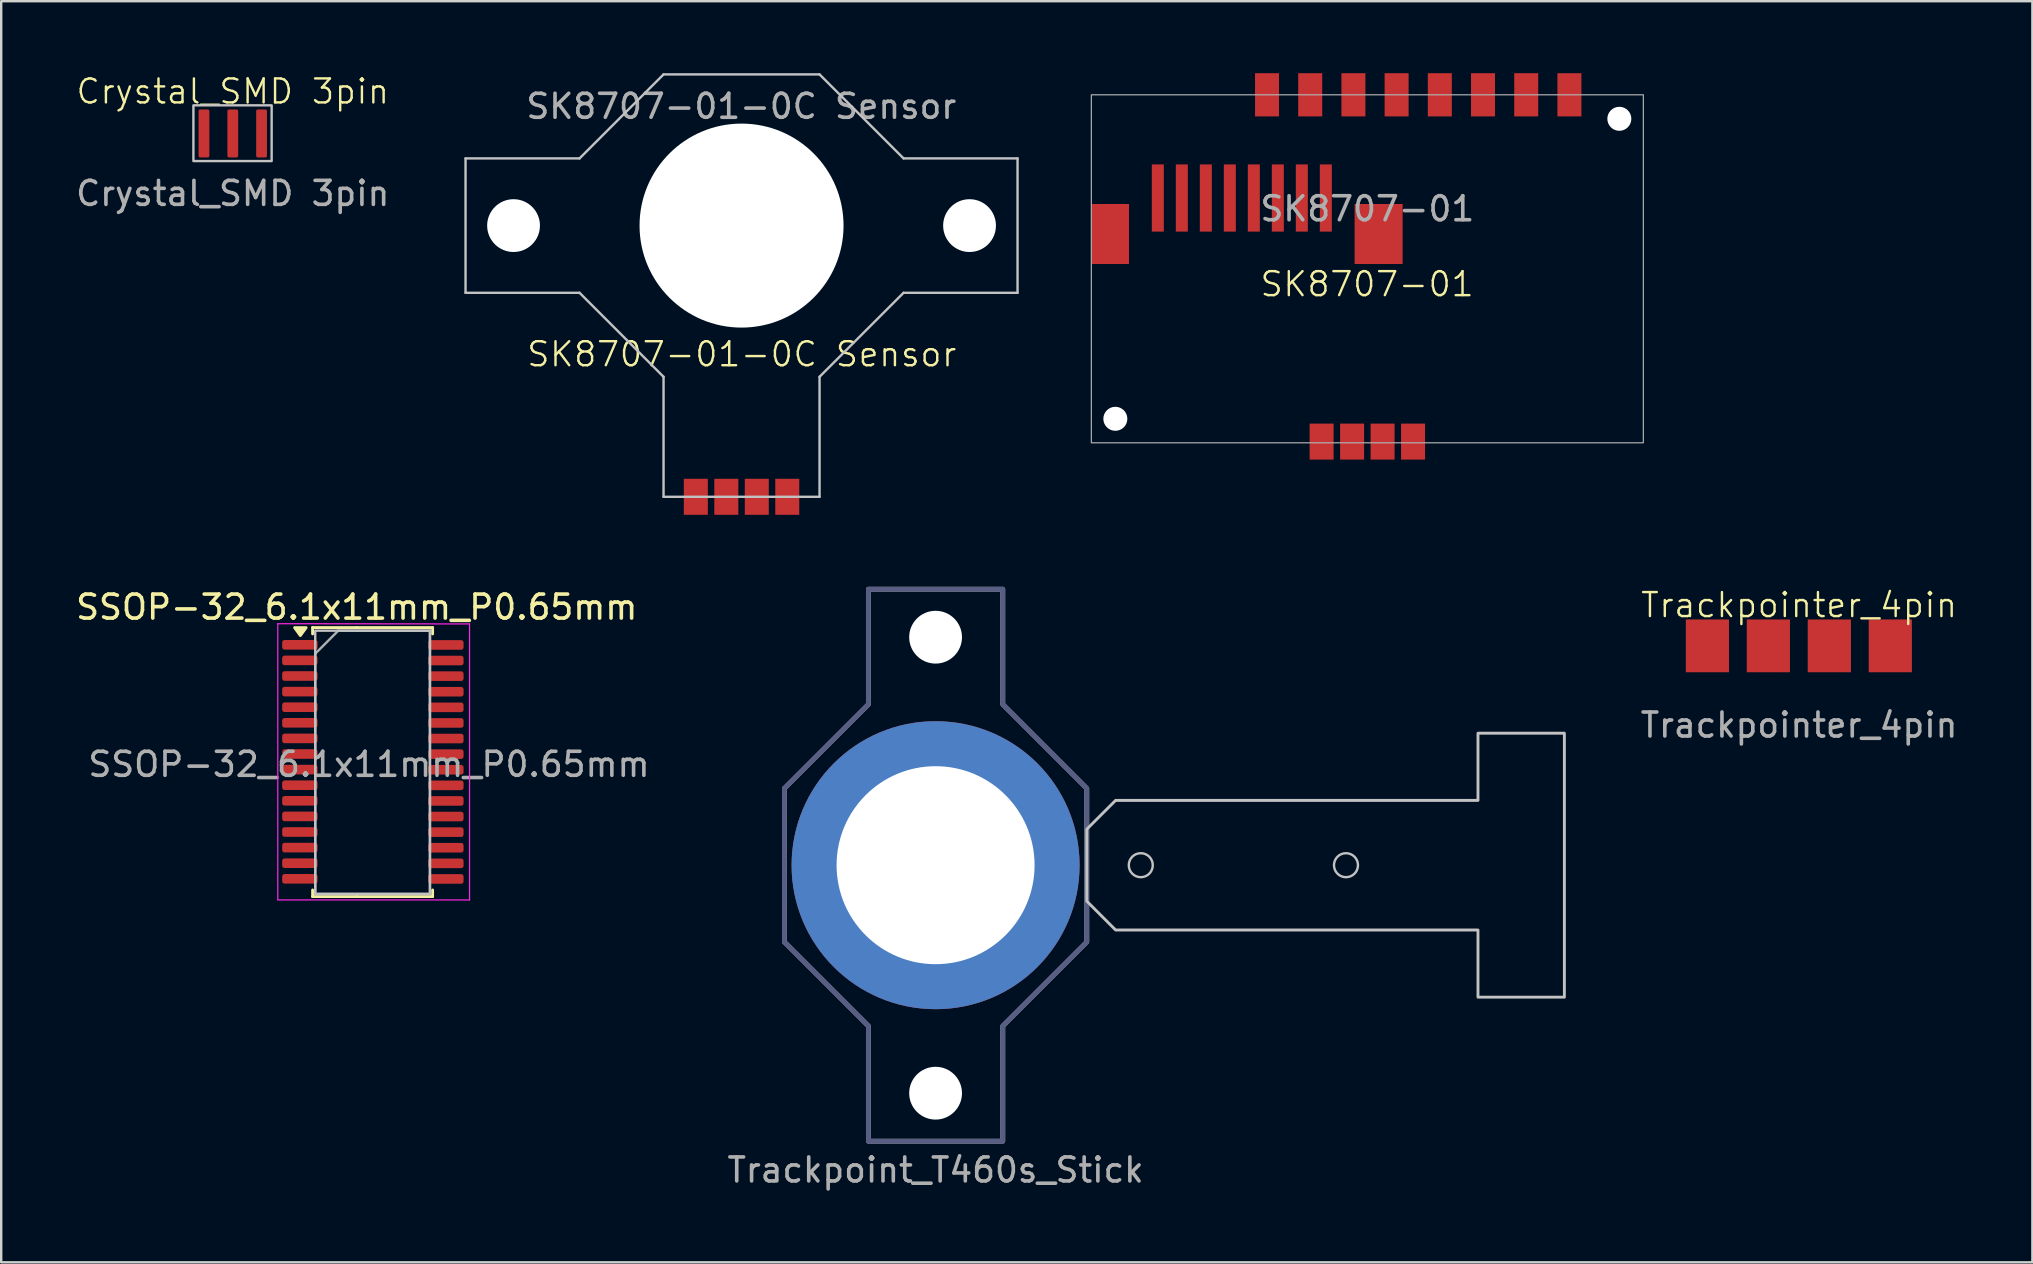
<source format=kicad_pcb>
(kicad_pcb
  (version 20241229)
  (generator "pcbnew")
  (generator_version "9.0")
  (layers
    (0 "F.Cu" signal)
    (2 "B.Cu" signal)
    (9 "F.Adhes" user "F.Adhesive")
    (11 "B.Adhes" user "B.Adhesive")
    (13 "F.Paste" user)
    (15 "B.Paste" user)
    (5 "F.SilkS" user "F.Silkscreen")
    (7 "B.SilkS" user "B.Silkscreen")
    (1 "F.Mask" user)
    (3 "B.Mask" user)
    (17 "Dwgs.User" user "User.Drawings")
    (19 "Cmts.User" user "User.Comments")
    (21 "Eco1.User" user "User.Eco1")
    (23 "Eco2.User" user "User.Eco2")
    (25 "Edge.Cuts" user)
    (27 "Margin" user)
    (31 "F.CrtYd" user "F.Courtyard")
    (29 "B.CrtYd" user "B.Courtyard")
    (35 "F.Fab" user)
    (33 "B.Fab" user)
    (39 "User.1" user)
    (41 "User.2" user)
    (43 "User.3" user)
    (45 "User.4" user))
  (footprint "SSOP-32_6.1x11mm_P0.65mm"
    (layer "F.Cu")
    (at 12.475 28.713)
    (property "Reference" "SSOP-32_6.1x11mm_P0.65mm" (at -0.66 -6.465 180) (layer "F.SilkS") (effects (font (size 1 1) (thickness 0.15))))
    (attr smd)
    (fp_line (start -2.5 -5.615) (end -2.5 -5.35) (stroke (width 0.12) (type solid)) (layer "F.SilkS"))
    (fp_line (start -2.5 5.595) (end -2.5 5.32) (stroke (width 0.12) (type solid)) (layer "F.SilkS"))
    (fp_line (start -0.66 -5.615) (end 2.5 -5.615) (stroke (width 0.12) (type solid)) (layer "F.SilkS"))
    (fp_line (start -0.66 -5.615) (end -2.5 -5.615) (stroke (width 0.12) (type solid)) (layer "F.SilkS"))
    (fp_line (start -0.66 5.595) (end -2.5 5.595) (stroke (width 0.12) (type solid)) (layer "F.SilkS"))
    (fp_line (start -0.66 5.595) (end 2.5 5.595) (stroke (width 0.12) (type solid)) (layer "F.SilkS"))
    (fp_line (start 2.5 -5.615) (end 2.5 -5.35) (stroke (width 0.12) (type solid)) (layer "F.SilkS"))
    (fp_line (start 2.5 5.595) (end 2.5 5.32) (stroke (width 0.12) (type solid)) (layer "F.SilkS"))
    (fp_poly (pts (xy -3.01 -5.281) (xy -3.25 -5.611) (xy -2.77 -5.611) (xy -3.01 -5.281)) (stroke (width 0.12) (type solid)) (fill yes) (layer "F.SilkS"))
    (fp_rect (start -2.39 -5.485) (end 2.39 5.485) (stroke (width 0.1) (type default)) (fill no) (layer "Dwgs.User"))
    (fp_line (start -3.95 5.735) (end 4.04 5.735) (stroke (width 0.05) (type solid)) (layer "F.CrtYd"))
    (fp_line (start -3.95 -5.775) (end -3.95 5.725) (stroke (width 0.05) (type solid)) (layer "F.CrtYd"))
    (fp_line (start 4.04 5.735) (end 4.04 -5.765) (stroke (width 0.05) (type solid)) (layer "F.CrtYd"))
    (fp_line (start 4.04 -5.765) (end -3.95 -5.775) (stroke (width 0.05) (type solid)) (layer "F.CrtYd"))
    (fp_line (start -2.39 -4.526) (end -1.43 -5.486) (stroke (width 0.1) (type solid)) (layer "F.Fab"))
    (fp_line (start -2.39 5.485) (end -2.39 -4.526) (stroke (width 0.1) (type solid)) (layer "F.Fab"))
    (fp_line (start -1.43 -5.486) (end 2.39 -5.486) (stroke (width 0.1) (type solid)) (layer "F.Fab"))
    (fp_line (start 2.39 5.485) (end -2.39 5.485) (stroke (width 0.1) (type solid)) (layer "F.Fab"))
    (fp_line (start 2.39 -5.486) (end 2.39 5.485) (stroke (width 0.1) (type solid)) (layer "F.Fab"))
    (fp_text user "${REFERENCE}" (at -0.15 0.085 180) (layer "F.Fab") (effects (font (size 1 1) (thickness 0.15))))
    (pad "1" smd roundrect (at -3.03 -4.895) (size 1.475 0.4) (layers "F.Cu" "F.Mask" "F.Paste") (roundrect_rratio 0.25))
    (pad "2" smd roundrect (at -3.03 -4.245) (size 1.475 0.4) (layers "F.Cu" "F.Mask" "F.Paste") (roundrect_rratio 0.25))
    (pad "3" smd roundrect (at -3.03 -3.595) (size 1.475 0.4) (layers "F.Cu" "F.Mask" "F.Paste") (roundrect_rratio 0.25))
    (pad "4" smd roundrect (at -3.03 -2.945) (size 1.475 0.4) (layers "F.Cu" "F.Mask" "F.Paste") (roundrect_rratio 0.25))
    (pad "5" smd roundrect (at -3.03 -2.295) (size 1.475 0.4) (layers "F.Cu" "F.Mask" "F.Paste") (roundrect_rratio 0.25))
    (pad "6" smd roundrect (at -3.03 -1.645) (size 1.475 0.4) (layers "F.Cu" "F.Mask" "F.Paste") (roundrect_rratio 0.25))
    (pad "7" smd roundrect (at -3.03 -0.995) (size 1.475 0.4) (layers "F.Cu" "F.Mask" "F.Paste") (roundrect_rratio 0.25))
    (pad "8" smd roundrect (at -3.03 -0.345) (size 1.475 0.4) (layers "F.Cu" "F.Mask" "F.Paste") (roundrect_rratio 0.25))
    (pad "9" smd roundrect (at -3.03 0.305) (size 1.475 0.4) (layers "F.Cu" "F.Mask" "F.Paste") (roundrect_rratio 0.25))
    (pad "10" smd roundrect (at -3.03 0.955) (size 1.475 0.4) (layers "F.Cu" "F.Mask" "F.Paste") (roundrect_rratio 0.25))
    (pad "11" smd roundrect (at -3.03 1.605) (size 1.475 0.4) (layers "F.Cu" "F.Mask" "F.Paste") (roundrect_rratio 0.25))
    (pad "12" smd roundrect (at -3.03 2.255) (size 1.475 0.4) (layers "F.Cu" "F.Mask" "F.Paste") (roundrect_rratio 0.25))
    (pad "13" smd roundrect (at -3.03 2.905) (size 1.475 0.4) (layers "F.Cu" "F.Mask" "F.Paste") (roundrect_rratio 0.25))
    (pad "14" smd roundrect (at -3.03 3.555) (size 1.475 0.4) (layers "F.Cu" "F.Mask" "F.Paste") (roundrect_rratio 0.25))
    (pad "15" smd roundrect (at -3.03 4.205) (size 1.475 0.4) (layers "F.Cu" "F.Mask" "F.Paste") (roundrect_rratio 0.25))
    (pad "16" smd roundrect (at -3.03 4.855) (size 1.475 0.4) (layers "F.Cu" "F.Mask" "F.Paste") (roundrect_rratio 0.25))
    (pad "17" smd roundrect (at 3.053 4.86) (size 1.475 0.4) (layers "F.Cu" "F.Mask" "F.Paste") (roundrect_rratio 0.25))
    (pad "18" smd roundrect (at 3.053 4.21) (size 1.475 0.4) (layers "F.Cu" "F.Mask" "F.Paste") (roundrect_rratio 0.25))
    (pad "19" smd roundrect (at 3.053 3.56) (size 1.475 0.4) (layers "F.Cu" "F.Mask" "F.Paste") (roundrect_rratio 0.25))
    (pad "20" smd roundrect (at 3.053 2.91) (size 1.475 0.4) (layers "F.Cu" "F.Mask" "F.Paste") (roundrect_rratio 0.25))
    (pad "21" smd roundrect (at 3.053 2.26) (size 1.475 0.4) (layers "F.Cu" "F.Mask" "F.Paste") (roundrect_rratio 0.25))
    (pad "22" smd roundrect (at 3.053 1.61) (size 1.475 0.4) (layers "F.Cu" "F.Mask" "F.Paste") (roundrect_rratio 0.25))
    (pad "23" smd roundrect (at 3.053 0.96) (size 1.475 0.4) (layers "F.Cu" "F.Mask" "F.Paste") (roundrect_rratio 0.25))
    (pad "24" smd roundrect (at 3.053 0.31) (size 1.475 0.4) (layers "F.Cu" "F.Mask" "F.Paste") (roundrect_rratio 0.25))
    (pad "25" smd roundrect (at 3.053 -0.34) (size 1.475 0.4) (layers "F.Cu" "F.Mask" "F.Paste") (roundrect_rratio 0.25))
    (pad "26" smd roundrect (at 3.053 -0.99) (size 1.475 0.4) (layers "F.Cu" "F.Mask" "F.Paste") (roundrect_rratio 0.25))
    (pad "27" smd roundrect (at 3.053 -1.64) (size 1.475 0.4) (layers "F.Cu" "F.Mask" "F.Paste") (roundrect_rratio 0.25))
    (pad "28" smd roundrect (at 3.053 -2.29) (size 1.475 0.4) (layers "F.Cu" "F.Mask" "F.Paste") (roundrect_rratio 0.25))
    (pad "29" smd roundrect (at 3.053 -2.94) (size 1.475 0.4) (layers "F.Cu" "F.Mask" "F.Paste") (roundrect_rratio 0.25))
    (pad "30" smd roundrect (at 3.053 -3.59) (size 1.475 0.4) (layers "F.Cu" "F.Mask" "F.Paste") (roundrect_rratio 0.25))
    (pad "31" smd roundrect (at 3.053 -4.24) (size 1.475 0.4) (layers "F.Cu" "F.Mask" "F.Paste") (roundrect_rratio 0.25))
    (pad "32" smd roundrect (at 3.053 -4.89) (size 1.475 0.4) (layers "F.Cu" "F.Mask" "F.Paste") (roundrect_rratio 0.25)))
  (footprint "Trackpoint_T460s_Stick"
    (layer "F.Cu")
    (at 35.933 33)
    (property "Reference" "Trackpoint_T460s_Stick" (at 0 12.7 0) (layer "F.Fab") (effects (font (size 1 1) (thickness 0.15))))
    (attr through_hole)
    (fp_circle (center 8.55 0) (end 9.05 0) (stroke (width 0.1) (type solid)) (fill no) (layer "Dwgs.User"))
    (fp_circle (center 17.1 0) (end 17.6 0) (stroke (width 0.1) (type solid)) (fill no) (layer "Dwgs.User"))
    (fp_poly (pts (xy 7.5 -2.7) (xy 6.3 -1.5) (xy 6.3 1.5) (xy 7.5 2.7) (xy 22.6 2.7) (xy 22.6 5.5) (xy 26.2 5.5) (xy 26.2 -5.5) (xy 22.6 -5.5) (xy 22.6 -2.7)) (stroke (width 0.12) (type solid)) (fill no) (layer "Dwgs.User"))
    (fp_poly (pts (xy -6.3 -3.2) (xy -6.3 3.2) (xy -2.8 6.7) (xy -2.8 11.5) (xy 2.8 11.5) (xy 2.8 6.7) (xy 6.3 3.2) (xy 6.3 -3.2) (xy 2.8 -6.7) (xy 2.8 -11.5) (xy -2.8 -11.5) (xy -2.8 -6.7)) (stroke (width 0.2) (type solid)) (fill no) (layer "B.Fab"))
    (fp_poly (pts (xy 2.8 -6.7) (xy 6.3 -3.2) (xy 6.3 3.2) (xy 2.8 6.7) (xy 2.8 11.5) (xy -2.8 11.5) (xy -2.8 6.7) (xy -6.3 3.2) (xy -6.3 -3.2) (xy -2.8 -6.7) (xy -2.8 -11.5) (xy 2.8 -11.5)) (stroke (width 0.2) (type solid)) (fill no) (layer "F.Fab"))
    (pad "" np_thru_hole circle (at 0 -9.5 180) (size 2.2 2.2) (drill 2.2) (layers "*.Cu" "*.Mask"))
    (pad "" thru_hole circle (at 0 0 180) (size 12 12) (drill 8.25) (layers "*.Cu" "*.Mask"))
    (pad "" np_thru_hole circle (at 0 9.5 180) (size 2.2 2.2) (drill 2.2) (layers "*.Cu" "*.Mask")))
  (footprint "Crystal_SMD 3pin"
    (layer "F.Cu")
    (at 6.649 2.51)
    (property "Reference" "Crystal_SMD 3pin" (at 0 -1.75 0) (unlocked yes) (layer "F.SilkS") (effects (font (size 1 1) (thickness 0.1))))
    (attr smd)
    (fp_rect (start -1.64 -1.17) (end 1.62 1.15) (stroke (width 0.1) (type default)) (fill no) (layer "Dwgs.User"))
    (fp_text user "${REFERENCE}" (at 0 2.5 0) (unlocked yes) (layer "F.Fab") (effects (font (size 1 1) (thickness 0.15))))
    (pad "1" smd roundrect (at -1.2 0) (size 0.45 2) (layers "F.Cu" "F.Mask" "F.Paste") (roundrect_rratio 0.15))
    (pad "2" smd roundrect (at 0 0) (size 0.45 2) (layers "F.Cu" "F.Mask" "F.Paste") (roundrect_rratio 0.15))
    (pad "3" smd roundrect (at 1.2 0) (size 0.45 2) (layers "F.Cu" "F.Mask" "F.Paste") (roundrect_rratio 0.15)))
  (footprint "Trackpointer_4pin"
    (layer "F.Cu")
    (at 71.913 23.861)
    (property "Reference" "Trackpointer_4pin" (at 0 -1.7 0) (unlocked yes) (layer "F.SilkS") (effects (font (size 1 1) (thickness 0.1))))
    (attr smd)
    (fp_text user "${REFERENCE}" (at 0.000002 3.3 0) (unlocked yes) (layer "F.Fab") (effects (font (size 1 1) (thickness 0.15))))
    (pad "10" smd rect (at 3.8 0.000001 270) (size 2.2 1.8) (layers "F.Cu" "F.Mask" "F.Paste"))
    (pad "11" smd rect (at 1.26 -0.000001 270) (size 2.2 1.8) (layers "F.Cu" "F.Mask" "F.Paste"))
    (pad "12" smd rect (at -1.28 0 270) (size 2.2 1.8) (layers "F.Cu" "F.Mask" "F.Paste"))
    (pad "13" smd rect (at -3.82 0 270) (size 2.2 1.8) (layers "F.Cu" "F.Mask" "F.Paste")))
  (footprint "SK8707-01"
    (layer "F.Cu")
    (at 53.923 8.15)
    (property "Reference" "SK8707-01" (at -0.01 0.64 0) (unlocked yes) (layer "F.SilkS") (effects (font (size 1 1) (thickness 0.1))))
    (attr smd)
    (fp_rect (start -11.5 -7.25) (end 11.5 7.25) (stroke (width 0.05) (type solid)) (fill no) (layer "F.Fab"))
    (fp_text user "${REFERENCE}" (at 0 -2.5 0) (unlocked yes) (layer "F.Fab") (effects (font (size 1 1) (thickness 0.15))))
    (pad "" np_thru_hole circle (at -10.5 6.25) (size 1 1) (drill 1) (layers "*.Cu" "*.Mask"))
    (pad "" np_thru_hole circle (at 10.5 -6.25) (size 1 1) (drill 1) (layers "*.Cu" "*.Mask"))
    (pad "1" smd rect (at -10.715 -1.45) (size 1.57 2.5) (layers "F.Cu" "F.Mask" "F.Paste"))
    (pad "1" smd rect (at 0.47 -1.45) (size 2 2.5) (layers "F.Cu" "F.Mask" "F.Paste"))
    (pad "1A" smd rect (at 8.42 -7.25 270) (size 1.8 1) (layers "F.Cu" "F.Mask" "F.Paste"))
    (pad "1C" smd rect (at -1.73 -2.95) (size 0.5 2.8) (layers "F.Cu" "F.Mask" "F.Paste"))
    (pad "1D" smd rect (at 1.905 7.2) (size 1 1.5) (layers "F.Cu" "F.Mask" "F.Paste"))
    (pad "2A" smd rect (at 6.62 -7.25 270) (size 1.8 1) (layers "F.Cu" "F.Mask" "F.Paste"))
    (pad "2C" smd rect (at -2.73 -2.95) (size 0.5 2.8) (layers "F.Cu" "F.Mask" "F.Paste"))
    (pad "2D" smd rect (at 0.635 7.2) (size 1 1.5) (layers "F.Cu" "F.Mask" "F.Paste"))
    (pad "3A" smd rect (at 4.82 -7.25 270) (size 1.8 1) (layers "F.Cu" "F.Mask" "F.Paste"))
    (pad "3C" smd rect (at -3.73 -2.95) (size 0.5 2.8) (layers "F.Cu" "F.Mask" "F.Paste"))
    (pad "3D" smd rect (at -0.635 7.2) (size 1 1.5) (layers "F.Cu" "F.Mask" "F.Paste"))
    (pad "4A" smd rect (at 3.02 -7.25 270) (size 1.8 1) (layers "F.Cu" "F.Mask" "F.Paste"))
    (pad "4C" smd rect (at -4.73 -2.95) (size 0.5 2.8) (layers "F.Cu" "F.Mask" "F.Paste"))
    (pad "4D" smd rect (at -1.905 7.2) (size 1 1.5) (layers "F.Cu" "F.Mask" "F.Paste"))
    (pad "5A" smd rect (at 1.22 -7.25 270) (size 1.8 1) (layers "F.Cu" "F.Mask" "F.Paste"))
    (pad "5C" smd rect (at -5.73 -2.95) (size 0.5 2.8) (layers "F.Cu" "F.Mask" "F.Paste"))
    (pad "6A" smd rect (at -0.58 -7.25 270) (size 1.8 1) (layers "F.Cu" "F.Mask" "F.Paste"))
    (pad "6C" smd rect (at -6.73 -2.95) (size 0.5 2.8) (layers "F.Cu" "F.Mask" "F.Paste"))
    (pad "7A" smd rect (at -2.38 -7.25 270) (size 1.8 1) (layers "F.Cu" "F.Mask" "F.Paste"))
    (pad "7C" smd rect (at -7.73 -2.95) (size 0.5 2.8) (layers "F.Cu" "F.Mask" "F.Paste"))
    (pad "8A" smd rect (at -4.18 -7.25 270) (size 1.8 1) (layers "F.Cu" "F.Mask" "F.Paste"))
    (pad "8C" smd rect (at -8.73 -2.95) (size 0.5 2.8) (layers "F.Cu" "F.Mask" "F.Paste")))
  (footprint "SK8707-01-0C Sensor"
    (layer "F.Cu")
    (at 27.848 6.35)
    (property "Reference" "SK8707-01-0C Sensor" (at 0.01 5.36 0) (unlocked yes) (layer "F.SilkS") (effects (font (size 1 1) (thickness 0.1))))
    (attr smd)
    (fp_line (start -11.5 -2.8) (end -11.5 2.8) (stroke (width 0.1) (type solid)) (layer "Dwgs.User"))
    (fp_line (start -11.5 -2.8) (end -6.75 -2.8) (stroke (width 0.1) (type default)) (layer "Dwgs.User"))
    (fp_line (start -6.75 2.8) (end -11.5 2.8) (stroke (width 0.1) (type default)) (layer "Dwgs.User"))
    (fp_line (start -6.75 2.8) (end -3.25 6.3) (stroke (width 0.1) (type default)) (layer "Dwgs.User"))
    (fp_line (start -3.25 -6.3) (end -6.75 -2.8) (stroke (width 0.1) (type default)) (layer "Dwgs.User"))
    (fp_line (start -3.25 -6.3) (end 3.25 -6.3) (stroke (width 0.1) (type solid)) (layer "Dwgs.User"))
    (fp_line (start -3.25 11.3) (end -3.25 6.3) (stroke (width 0.1) (type default)) (layer "Dwgs.User"))
    (fp_line (start -3.25 11.3) (end 3.25 11.3) (stroke (width 0.1) (type solid)) (layer "Dwgs.User"))
    (fp_line (start 3.25 -6.3) (end 6.75 -2.8) (stroke (width 0.1) (type default)) (layer "Dwgs.User"))
    (fp_line (start 3.25 11.3) (end 3.25 6.3) (stroke (width 0.1) (type default)) (layer "Dwgs.User"))
    (fp_line (start 6.75 -2.8) (end 11.5 -2.8) (stroke (width 0.1) (type default)) (layer "Dwgs.User"))
    (fp_line (start 6.75 2.8) (end 3.25 6.3) (stroke (width 0.1) (type default)) (layer "Dwgs.User"))
    (fp_line (start 11.5 -2.8) (end 11.5 2.8) (stroke (width 0.1) (type solid)) (layer "Dwgs.User"))
    (fp_line (start 11.5 2.8) (end 6.75 2.8) (stroke (width 0.1) (type solid)) (layer "Dwgs.User"))
    (fp_text user "${REFERENCE}" (at -0.01 -4.97 0) (unlocked yes) (layer "F.Fab") (effects (font (size 1 1) (thickness 0.15))))
    (pad "" np_thru_hole circle (at -9.5 0) (size 2.2 2.2) (drill 2.2) (layers "*.Cu"))
    (pad "" np_thru_hole circle (at 0 0) (size 8.5 8.5) (drill 8.5) (layers "*.Cu"))
    (pad "" np_thru_hole circle (at 9.5 0) (size 2.2 2.2) (drill 2.2) (layers "*.Cu"))
    (pad "1D" smd rect (at 1.905 11.3) (size 1 1.5) (layers "F.Cu" "F.Mask" "F.Paste"))
    (pad "2D" smd rect (at 0.635 11.3) (size 1 1.5) (layers "F.Cu" "F.Mask" "F.Paste"))
    (pad "3D" smd rect (at -0.635 11.3) (size 1 1.5) (layers "F.Cu" "F.Mask" "F.Paste"))
    (pad "4D" smd rect (at -1.905 11.3) (size 1 1.5) (layers "F.Cu" "F.Mask" "F.Paste")))
  (gr_rect
    (start -3 -3)
    (end 81.633 49.548)
    (stroke (width 0.1) (type default))
    (fill no)
    (layer "Edge.Cuts")))
</source>
